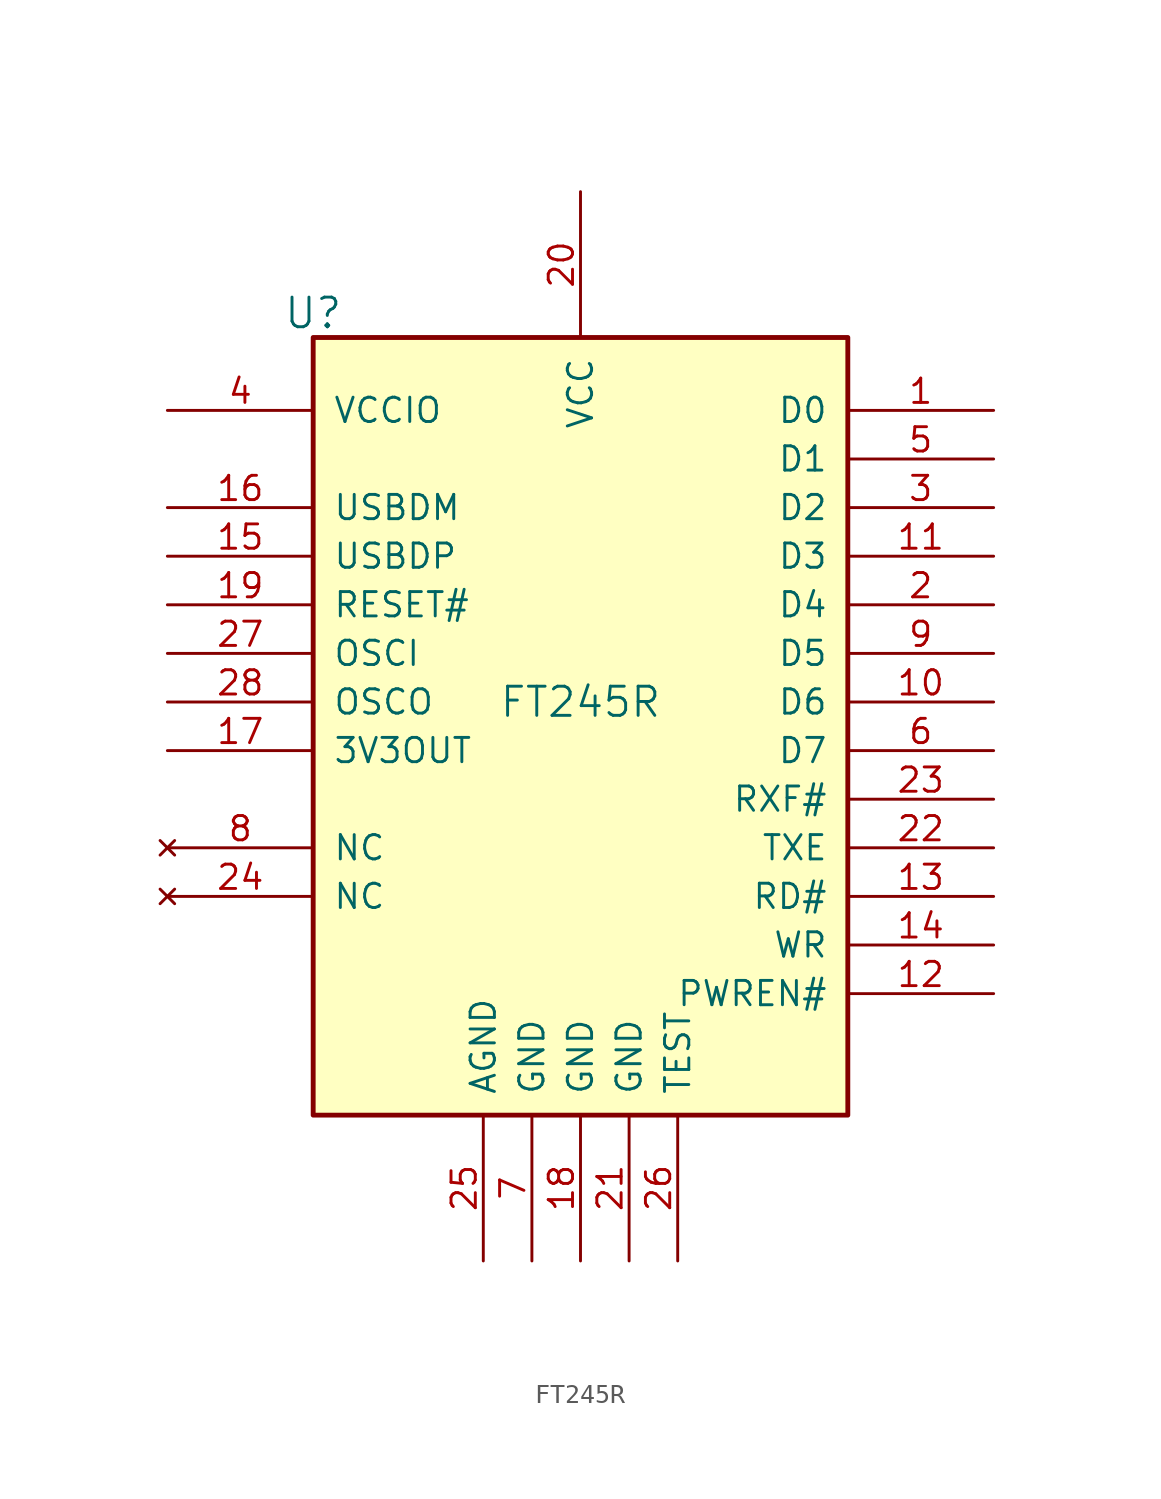
<source format=kicad_sym>
(kicad_symbol_lib
  (version 20211014)
  (generator kicad_symbol_editor)
  (symbol "FT245R"
    (pin_names
      (offset 1.016))
    (property "Reference" "U"
      (at -13.97 17.78 0)
      (effects (font (size 1.549 1.549))))
    (property "Value" "FT245R"
      (at 0 -2.54 0)
      (effects (font (size 1.524 1.524))))
    (symbol "FT245R_0_1"
      (rectangle (start -13.97 16.51) (end 13.97 -24.13) (stroke (width 0.254) (type default) (color 0 0 0 0)) (fill (type background))))
    (symbol "FT245R_1_1"
      (pin bidirectional line (at 21.59 12.7 180) (length 7.62) (name "D0" (effects (font (size 1.27 1.27)))) (number "1" (effects (font (size 1.27 1.27)))))
      (pin bidirectional line (at 21.59 -2.54 180) (length 7.62) (name "D6" (effects (font (size 1.27 1.27)))) (number "10" (effects (font (size 1.27 1.27)))))
      (pin bidirectional line (at 21.59 5.08 180) (length 7.62) (name "D3" (effects (font (size 1.27 1.27)))) (number "11" (effects (font (size 1.27 1.27)))))
      (pin output line (at 21.59 -17.78 180) (length 7.62) (name "PWREN#" (effects (font (size 1.27 1.27)))) (number "12" (effects (font (size 1.27 1.27)))))
      (pin input line (at 21.59 -12.7 180) (length 7.62) (name "RD#" (effects (font (size 1.27 1.27)))) (number "13" (effects (font (size 1.27 1.27)))))
      (pin input line (at 21.59 -15.24 180) (length 7.62) (name "WR" (effects (font (size 1.27 1.27)))) (number "14" (effects (font (size 1.27 1.27)))))
      (pin bidirectional line (at -21.59 5.08 0) (length 7.62) (name "USBDP" (effects (font (size 1.27 1.27)))) (number "15" (effects (font (size 1.27 1.27)))))
      (pin bidirectional line (at -21.59 7.62 0) (length 7.62) (name "USBDM" (effects (font (size 1.27 1.27)))) (number "16" (effects (font (size 1.27 1.27)))))
      (pin power_out line (at -21.59 -5.08 0) (length 7.62) (name "3V3OUT" (effects (font (size 1.27 1.27)))) (number "17" (effects (font (size 1.27 1.27)))))
      (pin power_in line (at 0 -31.75 90) (length 7.62) (name "GND" (effects (font (size 1.27 1.27)))) (number "18" (effects (font (size 1.27 1.27)))))
      (pin input line (at -21.59 2.54 0) (length 7.62) (name "RESET#" (effects (font (size 1.27 1.27)))) (number "19" (effects (font (size 1.27 1.27)))))
      (pin bidirectional line (at 21.59 2.54 180) (length 7.62) (name "D4" (effects (font (size 1.27 1.27)))) (number "2" (effects (font (size 1.27 1.27)))))
      (pin power_in line (at 0 24.13 270) (length 7.62) (name "VCC" (effects (font (size 1.27 1.27)))) (number "20" (effects (font (size 1.27 1.27)))))
      (pin power_in line (at 2.54 -31.75 90) (length 7.62) (name "GND" (effects (font (size 1.27 1.27)))) (number "21" (effects (font (size 1.27 1.27)))))
      (pin output line (at 21.59 -10.16 180) (length 7.62) (name "TXE" (effects (font (size 1.27 1.27)))) (number "22" (effects (font (size 1.27 1.27)))))
      (pin output line (at 21.59 -7.62 180) (length 7.62) (name "RXF#" (effects (font (size 1.27 1.27)))) (number "23" (effects (font (size 1.27 1.27)))))
      (pin no_connect line (at -21.59 -12.7 0) (length 7.62) (name "NC" (effects (font (size 1.27 1.27)))) (number "24" (effects (font (size 1.27 1.27)))))
      (pin power_in line (at -5.08 -31.75 90) (length 7.62) (name "AGND" (effects (font (size 1.27 1.27)))) (number "25" (effects (font (size 1.27 1.27)))))
      (pin input line (at 5.08 -31.75 90) (length 7.62) (name "TEST" (effects (font (size 1.27 1.27)))) (number "26" (effects (font (size 1.27 1.27)))))
      (pin input line (at -21.59 0 0) (length 7.62) (name "OSCI" (effects (font (size 1.27 1.27)))) (number "27" (effects (font (size 1.27 1.27)))))
      (pin output line (at -21.59 -2.54 0) (length 7.62) (name "OSCO" (effects (font (size 1.27 1.27)))) (number "28" (effects (font (size 1.27 1.27)))))
      (pin bidirectional line (at 21.59 7.62 180) (length 7.62) (name "D2" (effects (font (size 1.27 1.27)))) (number "3" (effects (font (size 1.27 1.27)))))
      (pin power_in line (at -21.59 12.7 0) (length 7.62) (name "VCCIO" (effects (font (size 1.27 1.27)))) (number "4" (effects (font (size 1.27 1.27)))))
      (pin bidirectional line (at 21.59 10.16 180) (length 7.62) (name "D1" (effects (font (size 1.27 1.27)))) (number "5" (effects (font (size 1.27 1.27)))))
      (pin bidirectional line (at 21.59 -5.08 180) (length 7.62) (name "D7" (effects (font (size 1.27 1.27)))) (number "6" (effects (font (size 1.27 1.27)))))
      (pin power_in line (at -2.54 -31.75 90) (length 7.62) (name "GND" (effects (font (size 1.27 1.27)))) (number "7" (effects (font (size 1.27 1.27)))))
      (pin no_connect line (at -21.59 -10.16 0) (length 7.62) (name "NC" (effects (font (size 1.27 1.27)))) (number "8" (effects (font (size 1.27 1.27)))))
      (pin bidirectional line (at 21.59 0 180) (length 7.62) (name "D5" (effects (font (size 1.27 1.27)))) (number "9" (effects (font (size 1.27 1.27))))))))
</source>
